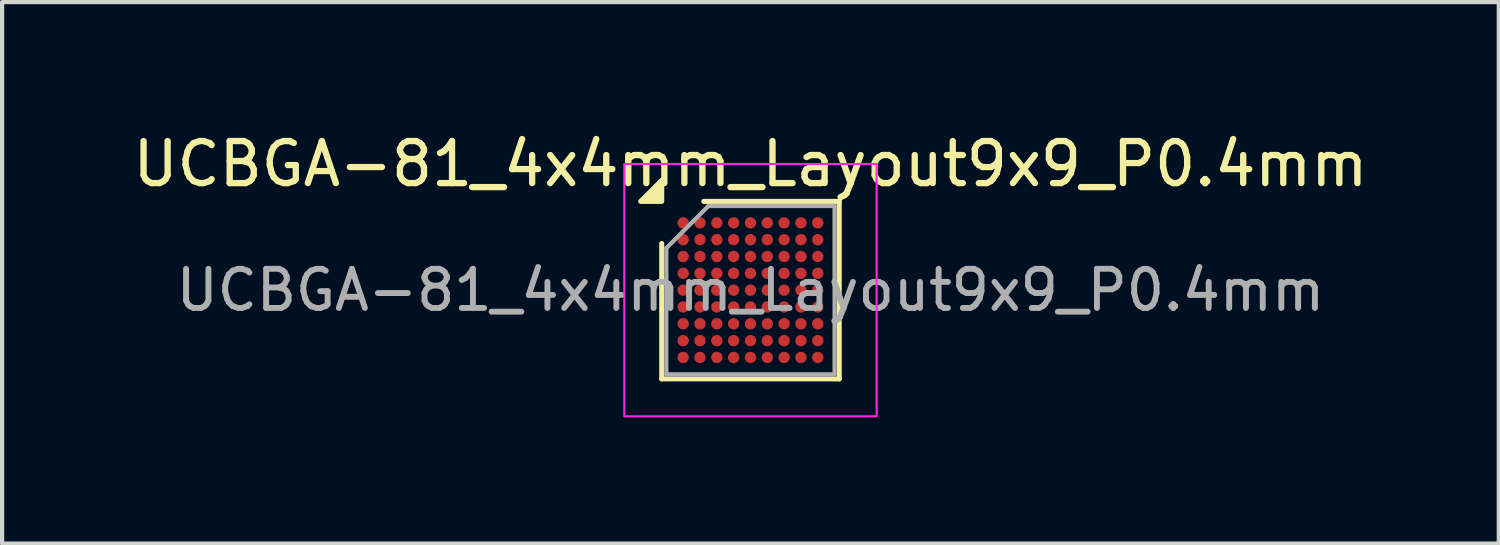
<source format=kicad_pcb>
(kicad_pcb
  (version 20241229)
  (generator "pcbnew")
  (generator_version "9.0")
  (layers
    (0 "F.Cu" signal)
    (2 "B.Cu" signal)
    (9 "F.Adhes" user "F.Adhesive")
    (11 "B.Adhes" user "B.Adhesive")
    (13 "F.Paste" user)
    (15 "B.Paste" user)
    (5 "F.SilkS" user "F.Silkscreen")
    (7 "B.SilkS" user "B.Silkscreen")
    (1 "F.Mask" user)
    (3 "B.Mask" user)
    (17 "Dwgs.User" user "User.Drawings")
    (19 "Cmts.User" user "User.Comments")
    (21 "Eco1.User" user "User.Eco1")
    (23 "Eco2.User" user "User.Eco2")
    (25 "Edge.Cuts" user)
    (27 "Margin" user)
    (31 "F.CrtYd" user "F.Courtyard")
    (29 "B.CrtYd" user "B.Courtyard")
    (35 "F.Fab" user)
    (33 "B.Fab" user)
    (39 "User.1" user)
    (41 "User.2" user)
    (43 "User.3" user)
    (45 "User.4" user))
  (footprint "UCBGA-81_4x4mm_Layout9x9_P0.4mm"
    (layer "F.Cu")
    (at 14.792 3.848)
    (property "Reference" "UCBGA-81_4x4mm_Layout9x9_P0.4mm" (at 0 -3 0) (layer "F.SilkS") (effects (font (size 1 1) (thickness 0.15))))
    (attr smd)
    (fp_line (start -2.11 2.11) (end -2.11 -1.11) (stroke (width 0.12) (type solid)) (layer "F.SilkS"))
    (fp_line (start -1.11 -2.11) (end 2.11 -2.11) (stroke (width 0.12) (type solid)) (layer "F.SilkS"))
    (fp_line (start 2.11 -2.11) (end 2.11 2.11) (stroke (width 0.12) (type solid)) (layer "F.SilkS"))
    (fp_line (start 2.11 2.11) (end -2.11 2.11) (stroke (width 0.12) (type solid)) (layer "F.SilkS"))
    (fp_poly (pts (xy -2.11 -2.11) (xy -2.61 -2.11) (xy -2.11 -2.61)) (stroke (width 0.12) (type solid)) (fill yes) (layer "F.SilkS"))
    (fp_rect (start -3 -3) (end 3 3) (stroke (width 0.05) (type solid)) (fill no) (layer "F.CrtYd"))
    (fp_line (start -2 -1) (end -1 -2) (stroke (width 0.1) (type solid)) (layer "F.Fab"))
    (fp_line (start -2 2) (end -2 -1) (stroke (width 0.1) (type solid)) (layer "F.Fab"))
    (fp_line (start -1 -2) (end 2 -2) (stroke (width 0.1) (type solid)) (layer "F.Fab"))
    (fp_line (start 2 -2) (end 2 2) (stroke (width 0.1) (type solid)) (layer "F.Fab"))
    (fp_line (start 2 2) (end -2 2) (stroke (width 0.1) (type solid)) (layer "F.Fab"))
    (fp_text user "${REFERENCE}" (at 0 0 0) (layer "F.Fab") (effects (font (size 0.93 0.93) (thickness 0.14))))
    (pad "A1" smd circle (at -1.6 -1.6) (size 0.27 0.27) (property pad_prop_bga) (layers "F.Cu" "F.Mask" "F.Paste"))
    (pad "A2" smd circle (at -1.2 -1.6) (size 0.27 0.27) (property pad_prop_bga) (layers "F.Cu" "F.Mask" "F.Paste"))
    (pad "A3" smd circle (at -0.8 -1.6) (size 0.27 0.27) (property pad_prop_bga) (layers "F.Cu" "F.Mask" "F.Paste"))
    (pad "A4" smd circle (at -0.4 -1.6) (size 0.27 0.27) (property pad_prop_bga) (layers "F.Cu" "F.Mask" "F.Paste"))
    (pad "A5" smd circle (at 0 -1.6) (size 0.27 0.27) (property pad_prop_bga) (layers "F.Cu" "F.Mask" "F.Paste"))
    (pad "A6" smd circle (at 0.4 -1.6) (size 0.27 0.27) (property pad_prop_bga) (layers "F.Cu" "F.Mask" "F.Paste"))
    (pad "A7" smd circle (at 0.8 -1.6) (size 0.27 0.27) (property pad_prop_bga) (layers "F.Cu" "F.Mask" "F.Paste"))
    (pad "A8" smd circle (at 1.2 -1.6) (size 0.27 0.27) (property pad_prop_bga) (layers "F.Cu" "F.Mask" "F.Paste"))
    (pad "A9" smd circle (at 1.6 -1.6) (size 0.27 0.27) (property pad_prop_bga) (layers "F.Cu" "F.Mask" "F.Paste"))
    (pad "B1" smd circle (at -1.6 -1.2) (size 0.27 0.27) (property pad_prop_bga) (layers "F.Cu" "F.Mask" "F.Paste"))
    (pad "B2" smd circle (at -1.2 -1.2) (size 0.27 0.27) (property pad_prop_bga) (layers "F.Cu" "F.Mask" "F.Paste"))
    (pad "B3" smd circle (at -0.8 -1.2) (size 0.27 0.27) (property pad_prop_bga) (layers "F.Cu" "F.Mask" "F.Paste"))
    (pad "B4" smd circle (at -0.4 -1.2) (size 0.27 0.27) (property pad_prop_bga) (layers "F.Cu" "F.Mask" "F.Paste"))
    (pad "B5" smd circle (at 0 -1.2) (size 0.27 0.27) (property pad_prop_bga) (layers "F.Cu" "F.Mask" "F.Paste"))
    (pad "B6" smd circle (at 0.4 -1.2) (size 0.27 0.27) (property pad_prop_bga) (layers "F.Cu" "F.Mask" "F.Paste"))
    (pad "B7" smd circle (at 0.8 -1.2) (size 0.27 0.27) (property pad_prop_bga) (layers "F.Cu" "F.Mask" "F.Paste"))
    (pad "B8" smd circle (at 1.2 -1.2) (size 0.27 0.27) (property pad_prop_bga) (layers "F.Cu" "F.Mask" "F.Paste"))
    (pad "B9" smd circle (at 1.6 -1.2) (size 0.27 0.27) (property pad_prop_bga) (layers "F.Cu" "F.Mask" "F.Paste"))
    (pad "C1" smd circle (at -1.6 -0.8) (size 0.27 0.27) (property pad_prop_bga) (layers "F.Cu" "F.Mask" "F.Paste"))
    (pad "C2" smd circle (at -1.2 -0.8) (size 0.27 0.27) (property pad_prop_bga) (layers "F.Cu" "F.Mask" "F.Paste"))
    (pad "C3" smd circle (at -0.8 -0.8) (size 0.27 0.27) (property pad_prop_bga) (layers "F.Cu" "F.Mask" "F.Paste"))
    (pad "C4" smd circle (at -0.4 -0.8) (size 0.27 0.27) (property pad_prop_bga) (layers "F.Cu" "F.Mask" "F.Paste"))
    (pad "C5" smd circle (at 0 -0.8) (size 0.27 0.27) (property pad_prop_bga) (layers "F.Cu" "F.Mask" "F.Paste"))
    (pad "C6" smd circle (at 0.4 -0.8) (size 0.27 0.27) (property pad_prop_bga) (layers "F.Cu" "F.Mask" "F.Paste"))
    (pad "C7" smd circle (at 0.8 -0.8) (size 0.27 0.27) (property pad_prop_bga) (layers "F.Cu" "F.Mask" "F.Paste"))
    (pad "C8" smd circle (at 1.2 -0.8) (size 0.27 0.27) (property pad_prop_bga) (layers "F.Cu" "F.Mask" "F.Paste"))
    (pad "C9" smd circle (at 1.6 -0.8) (size 0.27 0.27) (property pad_prop_bga) (layers "F.Cu" "F.Mask" "F.Paste"))
    (pad "D1" smd circle (at -1.6 -0.4) (size 0.27 0.27) (property pad_prop_bga) (layers "F.Cu" "F.Mask" "F.Paste"))
    (pad "D2" smd circle (at -1.2 -0.4) (size 0.27 0.27) (property pad_prop_bga) (layers "F.Cu" "F.Mask" "F.Paste"))
    (pad "D3" smd circle (at -0.8 -0.4) (size 0.27 0.27) (property pad_prop_bga) (layers "F.Cu" "F.Mask" "F.Paste"))
    (pad "D4" smd circle (at -0.4 -0.4) (size 0.27 0.27) (property pad_prop_bga) (layers "F.Cu" "F.Mask" "F.Paste"))
    (pad "D5" smd circle (at 0 -0.4) (size 0.27 0.27) (property pad_prop_bga) (layers "F.Cu" "F.Mask" "F.Paste"))
    (pad "D6" smd circle (at 0.4 -0.4) (size 0.27 0.27) (property pad_prop_bga) (layers "F.Cu" "F.Mask" "F.Paste"))
    (pad "D7" smd circle (at 0.8 -0.4) (size 0.27 0.27) (property pad_prop_bga) (layers "F.Cu" "F.Mask" "F.Paste"))
    (pad "D8" smd circle (at 1.2 -0.4) (size 0.27 0.27) (property pad_prop_bga) (layers "F.Cu" "F.Mask" "F.Paste"))
    (pad "D9" smd circle (at 1.6 -0.4) (size 0.27 0.27) (property pad_prop_bga) (layers "F.Cu" "F.Mask" "F.Paste"))
    (pad "E1" smd circle (at -1.6 0) (size 0.27 0.27) (property pad_prop_bga) (layers "F.Cu" "F.Mask" "F.Paste"))
    (pad "E2" smd circle (at -1.2 0) (size 0.27 0.27) (property pad_prop_bga) (layers "F.Cu" "F.Mask" "F.Paste"))
    (pad "E3" smd circle (at -0.8 0) (size 0.27 0.27) (property pad_prop_bga) (layers "F.Cu" "F.Mask" "F.Paste"))
    (pad "E4" smd circle (at -0.4 0) (size 0.27 0.27) (property pad_prop_bga) (layers "F.Cu" "F.Mask" "F.Paste"))
    (pad "E5" smd circle (at 0 0) (size 0.27 0.27) (property pad_prop_bga) (layers "F.Cu" "F.Mask" "F.Paste"))
    (pad "E6" smd circle (at 0.4 0) (size 0.27 0.27) (property pad_prop_bga) (layers "F.Cu" "F.Mask" "F.Paste"))
    (pad "E7" smd circle (at 0.8 0) (size 0.27 0.27) (property pad_prop_bga) (layers "F.Cu" "F.Mask" "F.Paste"))
    (pad "E8" smd circle (at 1.2 0) (size 0.27 0.27) (property pad_prop_bga) (layers "F.Cu" "F.Mask" "F.Paste"))
    (pad "E9" smd circle (at 1.6 0) (size 0.27 0.27) (property pad_prop_bga) (layers "F.Cu" "F.Mask" "F.Paste"))
    (pad "F1" smd circle (at -1.6 0.4) (size 0.27 0.27) (property pad_prop_bga) (layers "F.Cu" "F.Mask" "F.Paste"))
    (pad "F2" smd circle (at -1.2 0.4) (size 0.27 0.27) (property pad_prop_bga) (layers "F.Cu" "F.Mask" "F.Paste"))
    (pad "F3" smd circle (at -0.8 0.4) (size 0.27 0.27) (property pad_prop_bga) (layers "F.Cu" "F.Mask" "F.Paste"))
    (pad "F4" smd circle (at -0.4 0.4) (size 0.27 0.27) (property pad_prop_bga) (layers "F.Cu" "F.Mask" "F.Paste"))
    (pad "F5" smd circle (at 0 0.4) (size 0.27 0.27) (property pad_prop_bga) (layers "F.Cu" "F.Mask" "F.Paste"))
    (pad "F6" smd circle (at 0.4 0.4) (size 0.27 0.27) (property pad_prop_bga) (layers "F.Cu" "F.Mask" "F.Paste"))
    (pad "F7" smd circle (at 0.8 0.4) (size 0.27 0.27) (property pad_prop_bga) (layers "F.Cu" "F.Mask" "F.Paste"))
    (pad "F8" smd circle (at 1.2 0.4) (size 0.27 0.27) (property pad_prop_bga) (layers "F.Cu" "F.Mask" "F.Paste"))
    (pad "F9" smd circle (at 1.6 0.4) (size 0.27 0.27) (property pad_prop_bga) (layers "F.Cu" "F.Mask" "F.Paste"))
    (pad "G1" smd circle (at -1.6 0.8) (size 0.27 0.27) (property pad_prop_bga) (layers "F.Cu" "F.Mask" "F.Paste"))
    (pad "G2" smd circle (at -1.2 0.8) (size 0.27 0.27) (property pad_prop_bga) (layers "F.Cu" "F.Mask" "F.Paste"))
    (pad "G3" smd circle (at -0.8 0.8) (size 0.27 0.27) (property pad_prop_bga) (layers "F.Cu" "F.Mask" "F.Paste"))
    (pad "G4" smd circle (at -0.4 0.8) (size 0.27 0.27) (property pad_prop_bga) (layers "F.Cu" "F.Mask" "F.Paste"))
    (pad "G5" smd circle (at 0 0.8) (size 0.27 0.27) (property pad_prop_bga) (layers "F.Cu" "F.Mask" "F.Paste"))
    (pad "G6" smd circle (at 0.4 0.8) (size 0.27 0.27) (property pad_prop_bga) (layers "F.Cu" "F.Mask" "F.Paste"))
    (pad "G7" smd circle (at 0.8 0.8) (size 0.27 0.27) (property pad_prop_bga) (layers "F.Cu" "F.Mask" "F.Paste"))
    (pad "G8" smd circle (at 1.2 0.8) (size 0.27 0.27) (property pad_prop_bga) (layers "F.Cu" "F.Mask" "F.Paste"))
    (pad "G9" smd circle (at 1.6 0.8) (size 0.27 0.27) (property pad_prop_bga) (layers "F.Cu" "F.Mask" "F.Paste"))
    (pad "H1" smd circle (at -1.6 1.2) (size 0.27 0.27) (property pad_prop_bga) (layers "F.Cu" "F.Mask" "F.Paste"))
    (pad "H2" smd circle (at -1.2 1.2) (size 0.27 0.27) (property pad_prop_bga) (layers "F.Cu" "F.Mask" "F.Paste"))
    (pad "H3" smd circle (at -0.8 1.2) (size 0.27 0.27) (property pad_prop_bga) (layers "F.Cu" "F.Mask" "F.Paste"))
    (pad "H4" smd circle (at -0.4 1.2) (size 0.27 0.27) (property pad_prop_bga) (layers "F.Cu" "F.Mask" "F.Paste"))
    (pad "H5" smd circle (at 0 1.2) (size 0.27 0.27) (property pad_prop_bga) (layers "F.Cu" "F.Mask" "F.Paste"))
    (pad "H6" smd circle (at 0.4 1.2) (size 0.27 0.27) (property pad_prop_bga) (layers "F.Cu" "F.Mask" "F.Paste"))
    (pad "H7" smd circle (at 0.8 1.2) (size 0.27 0.27) (property pad_prop_bga) (layers "F.Cu" "F.Mask" "F.Paste"))
    (pad "H8" smd circle (at 1.2 1.2) (size 0.27 0.27) (property pad_prop_bga) (layers "F.Cu" "F.Mask" "F.Paste"))
    (pad "H9" smd circle (at 1.6 1.2) (size 0.27 0.27) (property pad_prop_bga) (layers "F.Cu" "F.Mask" "F.Paste"))
    (pad "J1" smd circle (at -1.6 1.6) (size 0.27 0.27) (property pad_prop_bga) (layers "F.Cu" "F.Mask" "F.Paste"))
    (pad "J2" smd circle (at -1.2 1.6) (size 0.27 0.27) (property pad_prop_bga) (layers "F.Cu" "F.Mask" "F.Paste"))
    (pad "J3" smd circle (at -0.8 1.6) (size 0.27 0.27) (property pad_prop_bga) (layers "F.Cu" "F.Mask" "F.Paste"))
    (pad "J4" smd circle (at -0.4 1.6) (size 0.27 0.27) (property pad_prop_bga) (layers "F.Cu" "F.Mask" "F.Paste"))
    (pad "J5" smd circle (at 0 1.6) (size 0.27 0.27) (property pad_prop_bga) (layers "F.Cu" "F.Mask" "F.Paste"))
    (pad "J6" smd circle (at 0.4 1.6) (size 0.27 0.27) (property pad_prop_bga) (layers "F.Cu" "F.Mask" "F.Paste"))
    (pad "J7" smd circle (at 0.8 1.6) (size 0.27 0.27) (property pad_prop_bga) (layers "F.Cu" "F.Mask" "F.Paste"))
    (pad "J8" smd circle (at 1.2 1.6) (size 0.27 0.27) (property pad_prop_bga) (layers "F.Cu" "F.Mask" "F.Paste"))
    (pad "J9" smd circle (at 1.6 1.6) (size 0.27 0.27) (property pad_prop_bga) (layers "F.Cu" "F.Mask" "F.Paste")))
  (gr_rect
    (start -3 -3)
    (end 32.583 9.873)
    (stroke (width 0.1) (type default))
    (fill no)
    (layer "Edge.Cuts")))
</source>
